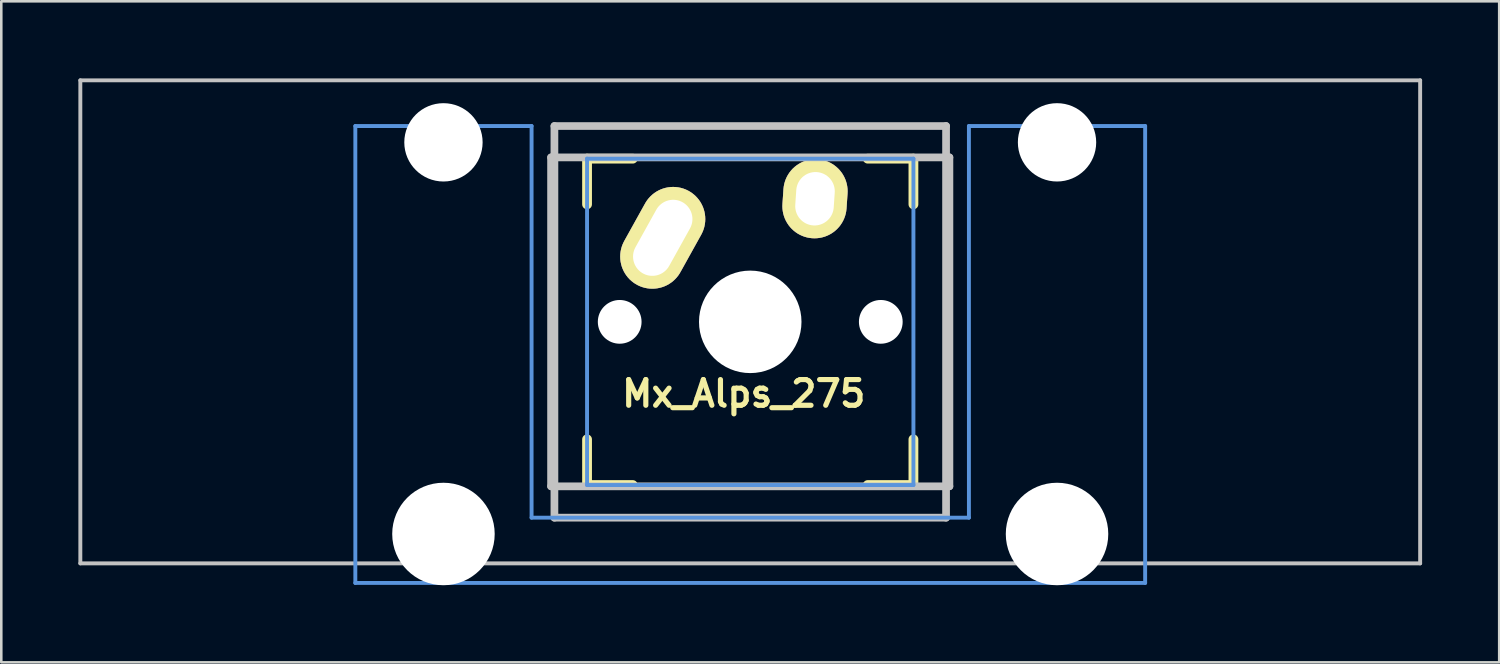
<source format=kicad_pcb>
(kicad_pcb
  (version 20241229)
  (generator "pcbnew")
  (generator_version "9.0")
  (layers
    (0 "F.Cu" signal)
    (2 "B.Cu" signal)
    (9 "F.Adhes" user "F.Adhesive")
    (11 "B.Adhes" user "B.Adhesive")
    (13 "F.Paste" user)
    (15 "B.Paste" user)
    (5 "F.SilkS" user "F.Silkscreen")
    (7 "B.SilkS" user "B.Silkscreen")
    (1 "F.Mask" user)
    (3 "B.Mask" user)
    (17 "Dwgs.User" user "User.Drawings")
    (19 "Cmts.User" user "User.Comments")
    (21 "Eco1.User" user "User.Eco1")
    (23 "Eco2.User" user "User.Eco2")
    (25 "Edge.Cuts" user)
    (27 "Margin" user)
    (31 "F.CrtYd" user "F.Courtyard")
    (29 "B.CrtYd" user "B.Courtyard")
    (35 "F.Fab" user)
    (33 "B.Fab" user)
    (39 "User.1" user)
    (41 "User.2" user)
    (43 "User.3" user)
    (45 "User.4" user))
  (footprint "Mx_Alps_275"
    (layer "F.Cu")
    (at 26.144 9.474)
    (property "Reference" "Mx_Alps_275" (at -0.254 2.794 0) (layer "F.SilkS") (effects (font (size 1 1) (thickness 0.2))))
    (attr through_hole)
    (fp_line (start -6.35 -6.35) (end -4.572 -6.35) (stroke (width 0.381) (type solid)) (layer "F.SilkS"))
    (fp_line (start -6.35 -4.572) (end -6.35 -6.35) (stroke (width 0.381) (type solid)) (layer "F.SilkS"))
    (fp_line (start -6.35 6.35) (end -6.35 4.572) (stroke (width 0.381) (type solid)) (layer "F.SilkS"))
    (fp_line (start -4.572 6.35) (end -6.35 6.35) (stroke (width 0.381) (type solid)) (layer "F.SilkS"))
    (fp_line (start 4.572 -6.35) (end 6.35 -6.35) (stroke (width 0.381) (type solid)) (layer "F.SilkS"))
    (fp_line (start 6.35 -6.35) (end 6.35 -4.572) (stroke (width 0.381) (type solid)) (layer "F.SilkS"))
    (fp_line (start 6.35 4.572) (end 6.35 6.35) (stroke (width 0.381) (type solid)) (layer "F.SilkS"))
    (fp_line (start 6.35 6.35) (end 4.572 6.35) (stroke (width 0.381) (type solid)) (layer "F.SilkS"))
    (fp_line (start -26.068 -9.398) (end 26.068 -9.398) (stroke (width 0.152) (type solid)) (layer "Dwgs.User"))
    (fp_line (start -26.068 9.398) (end -26.068 -9.398) (stroke (width 0.152) (type solid)) (layer "Dwgs.User"))
    (fp_line (start -7.75 6.4) (end -7.75 -6.4) (stroke (width 0.3) (type solid)) (layer "Dwgs.User"))
    (fp_line (start -7.75 6.4) (end 7.75 6.4) (stroke (width 0.3) (type solid)) (layer "Dwgs.User"))
    (fp_line (start -7.62 -7.62) (end 7.62 -7.62) (stroke (width 0.3) (type solid)) (layer "Dwgs.User"))
    (fp_line (start -7.62 7.62) (end -7.62 -7.62) (stroke (width 0.3) (type solid)) (layer "Dwgs.User"))
    (fp_line (start 7.62 -7.62) (end 7.62 7.62) (stroke (width 0.3) (type solid)) (layer "Dwgs.User"))
    (fp_line (start 7.62 7.62) (end -7.62 7.62) (stroke (width 0.3) (type solid)) (layer "Dwgs.User"))
    (fp_line (start 7.75 -6.4) (end -7.75 -6.4) (stroke (width 0.3) (type solid)) (layer "Dwgs.User"))
    (fp_line (start 7.75 6.4) (end 7.75 -6.4) (stroke (width 0.3) (type solid)) (layer "Dwgs.User"))
    (fp_line (start 26.068 -9.398) (end 26.068 9.398) (stroke (width 0.152) (type solid)) (layer "Dwgs.User"))
    (fp_line (start 26.068 9.398) (end -26.068 9.398) (stroke (width 0.152) (type solid)) (layer "Dwgs.User"))
    (fp_line (start -15.367 -7.62) (end -15.367 10.16) (stroke (width 0.152) (type solid)) (layer "Cmts.User"))
    (fp_line (start -15.367 10.16) (end 15.367 10.16) (stroke (width 0.152) (type solid)) (layer "Cmts.User"))
    (fp_line (start -8.509 -7.62) (end -15.367 -7.62) (stroke (width 0.152) (type solid)) (layer "Cmts.User"))
    (fp_line (start -8.509 7.62) (end -8.509 -7.62) (stroke (width 0.152) (type solid)) (layer "Cmts.User"))
    (fp_line (start -6.35 -6.35) (end 6.35 -6.35) (stroke (width 0.152) (type solid)) (layer "Cmts.User"))
    (fp_line (start -6.35 6.35) (end -6.35 -6.35) (stroke (width 0.152) (type solid)) (layer "Cmts.User"))
    (fp_line (start 6.35 -6.35) (end 6.35 6.35) (stroke (width 0.152) (type solid)) (layer "Cmts.User"))
    (fp_line (start 6.35 6.35) (end -6.35 6.35) (stroke (width 0.152) (type solid)) (layer "Cmts.User"))
    (fp_line (start 8.509 -7.62) (end 8.509 7.62) (stroke (width 0.152) (type solid)) (layer "Cmts.User"))
    (fp_line (start 8.509 7.62) (end -8.509 7.62) (stroke (width 0.152) (type solid)) (layer "Cmts.User"))
    (fp_line (start 15.367 -7.62) (end 8.509 -7.62) (stroke (width 0.152) (type solid)) (layer "Cmts.User"))
    (fp_line (start 15.367 10.16) (end 15.367 -7.62) (stroke (width 0.152) (type solid)) (layer "Cmts.User"))
    (fp_line (start -16.129 -2.286) (end -15.265 -2.286) (stroke (width 0.152) (type solid)) (layer "Eco2.User"))
    (fp_line (start -16.129 0.508) (end -16.129 -2.286) (stroke (width 0.152) (type solid)) (layer "Eco2.User"))
    (fp_line (start -15.265 -5.69) (end -8.611 -5.69) (stroke (width 0.152) (type solid)) (layer "Eco2.User"))
    (fp_line (start -15.265 -2.286) (end -15.265 -5.69) (stroke (width 0.152) (type solid)) (layer "Eco2.User"))
    (fp_line (start -15.265 0.508) (end -16.129 0.508) (stroke (width 0.152) (type solid)) (layer "Eco2.User"))
    (fp_line (start -15.265 6.604) (end -15.265 0.508) (stroke (width 0.152) (type solid)) (layer "Eco2.User"))
    (fp_line (start -14.224 6.604) (end -15.265 6.604) (stroke (width 0.152) (type solid)) (layer "Eco2.User"))
    (fp_line (start -14.224 7.772) (end -14.224 6.604) (stroke (width 0.152) (type solid)) (layer "Eco2.User"))
    (fp_line (start -9.652 6.604) (end -9.652 7.772) (stroke (width 0.152) (type solid)) (layer "Eco2.User"))
    (fp_line (start -9.652 7.772) (end -14.224 7.772) (stroke (width 0.152) (type solid)) (layer "Eco2.User"))
    (fp_line (start -8.611 -5.69) (end -8.611 -4.877) (stroke (width 0.152) (type solid)) (layer "Eco2.User"))
    (fp_line (start -8.611 -4.877) (end -6.985 -4.877) (stroke (width 0.152) (type solid)) (layer "Eco2.User"))
    (fp_line (start -8.611 5.817) (end -8.611 6.604) (stroke (width 0.152) (type solid)) (layer "Eco2.User"))
    (fp_line (start -8.611 6.604) (end -9.652 6.604) (stroke (width 0.152) (type solid)) (layer "Eco2.User"))
    (fp_line (start -6.985 -6.985) (end 6.985 -6.985) (stroke (width 0.152) (type solid)) (layer "Eco2.User"))
    (fp_line (start -6.985 -4.877) (end -6.985 -6.985) (stroke (width 0.152) (type solid)) (layer "Eco2.User"))
    (fp_line (start -6.985 5.817) (end -8.611 5.817) (stroke (width 0.152) (type solid)) (layer "Eco2.User"))
    (fp_line (start -6.985 6.985) (end -6.985 5.817) (stroke (width 0.152) (type solid)) (layer "Eco2.User"))
    (fp_line (start 6.985 -6.985) (end 6.985 -4.877) (stroke (width 0.152) (type solid)) (layer "Eco2.User"))
    (fp_line (start 6.985 -4.877) (end 8.611 -4.877) (stroke (width 0.152) (type solid)) (layer "Eco2.User"))
    (fp_line (start 6.985 5.817) (end 6.985 6.985) (stroke (width 0.152) (type solid)) (layer "Eco2.User"))
    (fp_line (start 6.985 6.985) (end -6.985 6.985) (stroke (width 0.152) (type solid)) (layer "Eco2.User"))
    (fp_line (start 8.611 -5.69) (end 15.265 -5.69) (stroke (width 0.152) (type solid)) (layer "Eco2.User"))
    (fp_line (start 8.611 -4.877) (end 8.611 -5.69) (stroke (width 0.152) (type solid)) (layer "Eco2.User"))
    (fp_line (start 8.611 5.817) (end 6.985 5.817) (stroke (width 0.152) (type solid)) (layer "Eco2.User"))
    (fp_line (start 8.611 6.604) (end 8.611 5.817) (stroke (width 0.152) (type solid)) (layer "Eco2.User"))
    (fp_line (start 9.652 6.604) (end 8.611 6.604) (stroke (width 0.152) (type solid)) (layer "Eco2.User"))
    (fp_line (start 9.652 7.772) (end 9.652 6.604) (stroke (width 0.152) (type solid)) (layer "Eco2.User"))
    (fp_line (start 14.224 6.604) (end 14.224 7.772) (stroke (width 0.152) (type solid)) (layer "Eco2.User"))
    (fp_line (start 14.224 7.772) (end 9.652 7.772) (stroke (width 0.152) (type solid)) (layer "Eco2.User"))
    (fp_line (start 15.265 -5.69) (end 15.265 -2.286) (stroke (width 0.152) (type solid)) (layer "Eco2.User"))
    (fp_line (start 15.265 -2.286) (end 16.129 -2.286) (stroke (width 0.152) (type solid)) (layer "Eco2.User"))
    (fp_line (start 15.265 0.508) (end 15.265 6.604) (stroke (width 0.152) (type solid)) (layer "Eco2.User"))
    (fp_line (start 15.265 6.604) (end 14.224 6.604) (stroke (width 0.152) (type solid)) (layer "Eco2.User"))
    (fp_line (start 16.129 -2.286) (end 16.129 0.508) (stroke (width 0.152) (type solid)) (layer "Eco2.User"))
    (fp_line (start 16.129 0.508) (end 15.265 0.508) (stroke (width 0.152) (type solid)) (layer "Eco2.User"))
    (pad "" np_thru_hole circle (at -11.938 -6.985) (size 3.048 3.048) (drill 3.048) (layers "*.Cu"))
    (pad "" np_thru_hole circle (at -11.938 8.255) (size 3.988 3.988) (drill 3.988) (layers "*.Cu"))
    (pad "" np_thru_hole circle (at -5.08 0) (size 1.702 1.702) (drill 1.702) (layers "*.Cu"))
    (pad "" np_thru_hole circle (at 0 0) (size 3.988 3.988) (drill 3.988) (layers "*.Cu"))
    (pad "" np_thru_hole circle (at 5.08 0) (size 1.702 1.702) (drill 1.702) (layers "*.Cu"))
    (pad "" np_thru_hole circle (at 11.938 -6.985) (size 3.048 3.048) (drill 3.048) (layers "*.Cu"))
    (pad "" np_thru_hole circle (at 11.938 8.255) (size 3.988 3.988) (drill 3.988) (layers "*.Cu"))
    (pad "1" thru_hole oval (at -3.405 -3.27 330.95) (size 2.5 4.17) (drill oval 1.5 3.17) (layers "*.Cu" "*.Mask" "F.SilkS"))
    (pad "2" thru_hole oval (at 2.52 -4.79 356.1) (size 2.5 3.08) (drill oval 1.5 2.08) (layers "*.Cu" "*.Mask" "F.SilkS")))
  (gr_rect
    (start -3 -3)
    (end 55.288 22.723)
    (stroke (width 0.1) (type default))
    (fill no)
    (layer "Edge.Cuts")))
</source>
